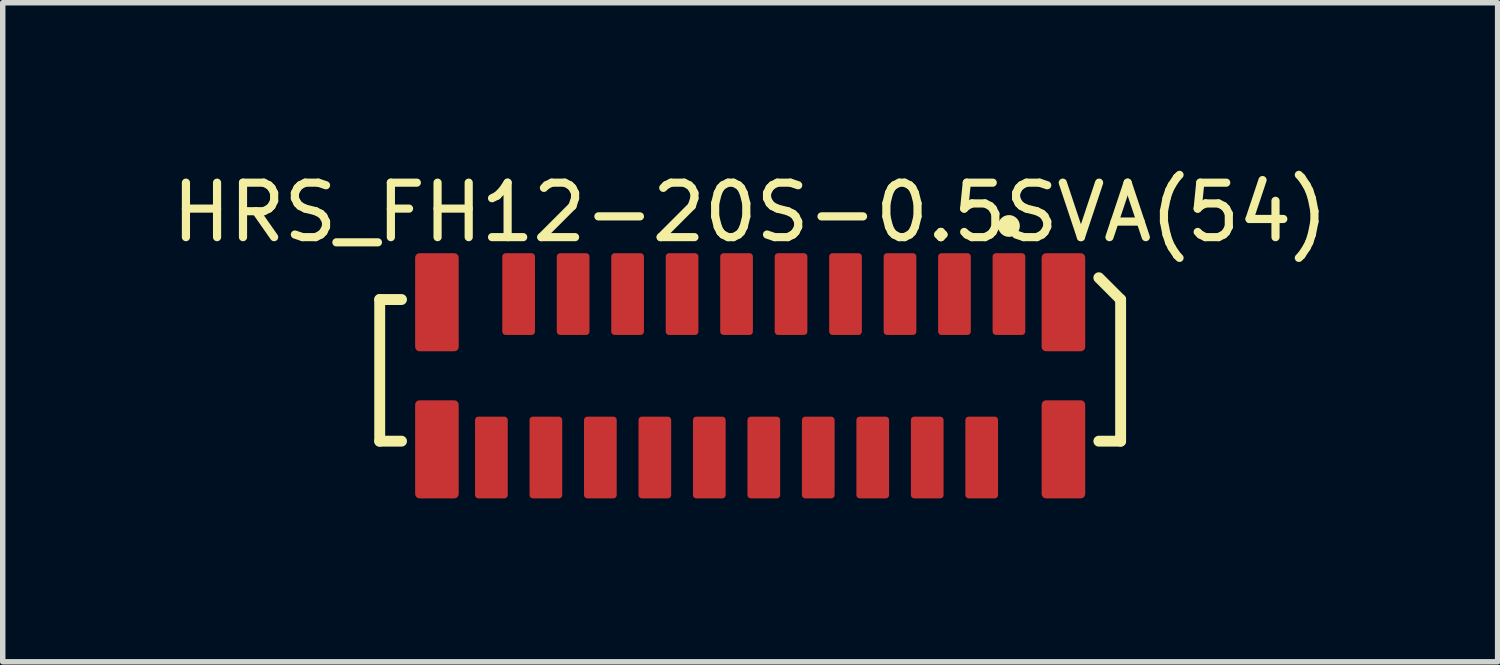
<source format=kicad_pcb>
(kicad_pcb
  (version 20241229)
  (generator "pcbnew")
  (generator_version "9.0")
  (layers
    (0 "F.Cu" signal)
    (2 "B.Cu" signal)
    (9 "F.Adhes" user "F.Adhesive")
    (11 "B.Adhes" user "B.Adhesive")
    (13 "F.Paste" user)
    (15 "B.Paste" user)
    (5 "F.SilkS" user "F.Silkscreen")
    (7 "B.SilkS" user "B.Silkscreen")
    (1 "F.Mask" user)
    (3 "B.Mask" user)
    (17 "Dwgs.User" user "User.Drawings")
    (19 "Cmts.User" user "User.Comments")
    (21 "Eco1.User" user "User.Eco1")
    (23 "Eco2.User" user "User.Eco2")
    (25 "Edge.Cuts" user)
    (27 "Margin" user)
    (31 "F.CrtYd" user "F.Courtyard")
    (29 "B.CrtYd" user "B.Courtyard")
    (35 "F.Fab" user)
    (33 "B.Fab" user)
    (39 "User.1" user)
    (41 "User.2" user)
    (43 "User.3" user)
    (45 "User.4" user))
  (footprint "HRS_FH12-20S-0.5SVA(54)"
    (layer "F.Cu")
    (at 10.72 3.848)
    (property "Reference" "HRS_FH12-20S-0.5SVA(54)" (at 0 -3 0) (layer "F.SilkS") (effects (font (size 1 1) (thickness 0.15))))
    (attr through_hole)
    (fp_line (start -6.8 -1.4) (end -6.4 -1.4) (stroke (width 0.2) (type solid)) (layer "F.SilkS"))
    (fp_line (start -6.8 1.2) (end -6.8 -1.4) (stroke (width 0.2) (type solid)) (layer "F.SilkS"))
    (fp_line (start -6.4 1.2) (end -6.8 1.2) (stroke (width 0.2) (type solid)) (layer "F.SilkS"))
    (fp_line (start 6.4 -1.8) (end 6.8 -1.4) (stroke (width 0.2) (type solid)) (layer "F.SilkS"))
    (fp_line (start 6.8 -1.4) (end 6.8 1.2) (stroke (width 0.2) (type solid)) (layer "F.SilkS"))
    (fp_line (start 6.8 1.2) (end 6.4 1.2) (stroke (width 0.2) (type solid)) (layer "F.SilkS"))
    (fp_circle (center 4.75 -2.75) (end 4.85 -2.75) (stroke (width 0.2) (type solid)) (fill no) (layer "F.SilkS"))
    (pad "1" smd roundrect (at 4.75 -1.5) (size 0.6 1.5) (layers "F.Cu" "F.Mask" "F.Paste") (roundrect_rratio 0.1))
    (pad "2" smd roundrect (at 4.25 1.5) (size 0.6 1.5) (layers "F.Cu" "F.Mask" "F.Paste") (roundrect_rratio 0.1))
    (pad "3" smd roundrect (at 3.75 -1.5) (size 0.6 1.5) (layers "F.Cu" "F.Mask" "F.Paste") (roundrect_rratio 0.1))
    (pad "4" smd roundrect (at 3.25 1.5) (size 0.6 1.5) (layers "F.Cu" "F.Mask" "F.Paste") (roundrect_rratio 0.1))
    (pad "5" smd roundrect (at 2.75 -1.5) (size 0.6 1.5) (layers "F.Cu" "F.Mask" "F.Paste") (roundrect_rratio 0.1))
    (pad "6" smd roundrect (at 2.25 1.5) (size 0.6 1.5) (layers "F.Cu" "F.Mask" "F.Paste") (roundrect_rratio 0.1))
    (pad "7" smd roundrect (at 1.75 -1.5) (size 0.6 1.5) (layers "F.Cu" "F.Mask" "F.Paste") (roundrect_rratio 0.1))
    (pad "8" smd roundrect (at 1.25 1.5) (size 0.6 1.5) (layers "F.Cu" "F.Mask" "F.Paste") (roundrect_rratio 0.1))
    (pad "9" smd roundrect (at 0.75 -1.5) (size 0.6 1.5) (layers "F.Cu" "F.Mask" "F.Paste") (roundrect_rratio 0.1))
    (pad "10" smd roundrect (at 0.25 1.5) (size 0.6 1.5) (layers "F.Cu" "F.Mask" "F.Paste") (roundrect_rratio 0.1))
    (pad "11" smd roundrect (at -0.25 -1.5) (size 0.6 1.5) (layers "F.Cu" "F.Mask" "F.Paste") (roundrect_rratio 0.1))
    (pad "12" smd roundrect (at -0.75 1.5) (size 0.6 1.5) (layers "F.Cu" "F.Mask" "F.Paste") (roundrect_rratio 0.1))
    (pad "13" smd roundrect (at -1.25 -1.5) (size 0.6 1.5) (layers "F.Cu" "F.Mask" "F.Paste") (roundrect_rratio 0.1))
    (pad "14" smd roundrect (at -1.75 1.5) (size 0.6 1.5) (layers "F.Cu" "F.Mask" "F.Paste") (roundrect_rratio 0.1))
    (pad "15" smd roundrect (at -2.25 -1.5) (size 0.6 1.5) (layers "F.Cu" "F.Mask" "F.Paste") (roundrect_rratio 0.1))
    (pad "16" smd roundrect (at -2.75 1.5) (size 0.6 1.5) (layers "F.Cu" "F.Mask" "F.Paste") (roundrect_rratio 0.1))
    (pad "17" smd roundrect (at -3.25 -1.5) (size 0.6 1.5) (layers "F.Cu" "F.Mask" "F.Paste") (roundrect_rratio 0.1))
    (pad "18" smd roundrect (at -3.75 1.5) (size 0.6 1.5) (layers "F.Cu" "F.Mask" "F.Paste") (roundrect_rratio 0.1))
    (pad "19" smd roundrect (at -4.25 -1.5) (size 0.6 1.5) (layers "F.Cu" "F.Mask" "F.Paste") (roundrect_rratio 0.1))
    (pad "20" smd roundrect (at -4.75 1.5) (size 0.6 1.5) (layers "F.Cu" "F.Mask" "F.Paste") (roundrect_rratio 0.1))
    (pad "SH" smd roundrect (at -5.75 -1.35) (size 0.8 1.8) (layers "F.Cu" "F.Mask" "F.Paste") (roundrect_rratio 0.1))
    (pad "SH" smd roundrect (at -5.75 1.35) (size 0.8 1.8) (layers "F.Cu" "F.Mask" "F.Paste") (roundrect_rratio 0.1))
    (pad "SH" smd roundrect (at 5.75 -1.35) (size 0.8 1.8) (layers "F.Cu" "F.Mask" "F.Paste") (roundrect_rratio 0.1))
    (pad "SH" smd roundrect (at 5.75 1.35) (size 0.8 1.8) (layers "F.Cu" "F.Mask" "F.Paste") (roundrect_rratio 0.1)))
  (gr_rect
    (start -3 -3)
    (end 24.44 9.098)
    (stroke (width 0.1) (type default))
    (fill no)
    (layer "Edge.Cuts")))
</source>
